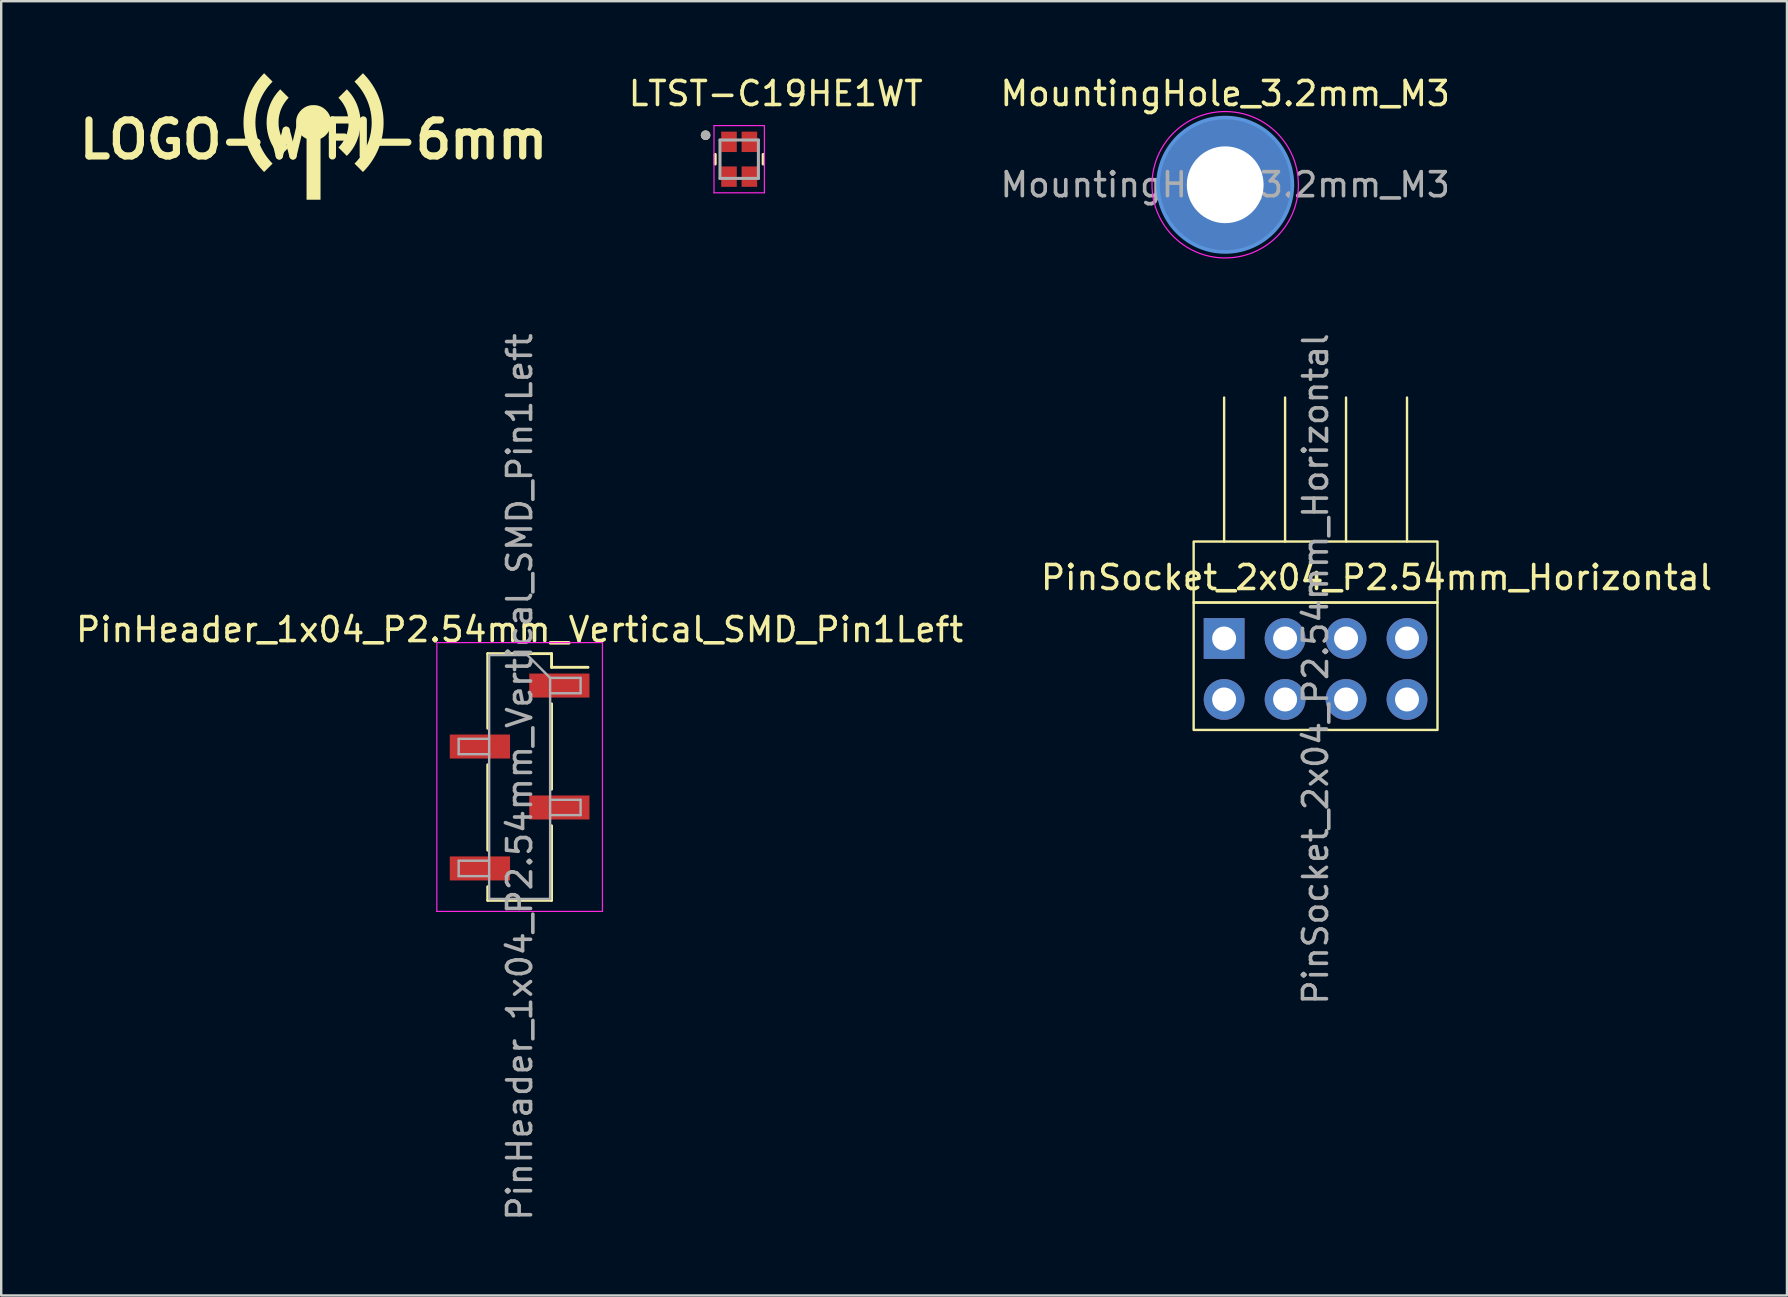
<source format=kicad_pcb>
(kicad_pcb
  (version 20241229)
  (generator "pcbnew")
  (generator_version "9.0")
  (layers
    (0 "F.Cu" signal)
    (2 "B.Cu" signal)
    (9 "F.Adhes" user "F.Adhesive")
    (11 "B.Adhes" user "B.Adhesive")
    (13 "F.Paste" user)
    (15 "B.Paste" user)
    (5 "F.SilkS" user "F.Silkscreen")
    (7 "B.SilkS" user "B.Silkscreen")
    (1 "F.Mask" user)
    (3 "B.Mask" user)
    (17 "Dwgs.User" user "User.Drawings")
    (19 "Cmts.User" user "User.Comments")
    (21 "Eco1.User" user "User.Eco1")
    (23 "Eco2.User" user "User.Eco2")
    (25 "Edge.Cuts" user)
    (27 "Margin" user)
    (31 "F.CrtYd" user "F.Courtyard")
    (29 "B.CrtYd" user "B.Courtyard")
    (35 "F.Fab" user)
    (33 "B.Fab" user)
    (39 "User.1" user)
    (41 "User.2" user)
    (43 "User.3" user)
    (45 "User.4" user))
  (footprint "LTST-C19HE1WT"
    (layer "F.Cu")
    (at 27.749 3.584)
    (property "Reference" "LTST-C19HE1WT" (at 1.524 -2.735 0) (layer "F.SilkS") (effects (font (size 1 1) (thickness 0.15))))
    (attr smd)
    (fp_line (start -1 -0.2) (end -1 0.2) (stroke (width 0.127) (type solid)) (layer "F.SilkS"))
    (fp_line (start 1 -0.2) (end 1 0.2) (stroke (width 0.127) (type solid)) (layer "F.SilkS"))
    (fp_circle (center -1.4 -1) (end -1.3 -1) (stroke (width 0.2) (type solid)) (fill no) (layer "F.SilkS"))
    (fp_line (start -1.05 -1.4) (end 1.05 -1.4) (stroke (width 0.05) (type solid)) (layer "F.CrtYd"))
    (fp_line (start -1.05 1.4) (end -1.05 -1.4) (stroke (width 0.05) (type solid)) (layer "F.CrtYd"))
    (fp_line (start 1.05 -1.4) (end 1.05 1.4) (stroke (width 0.05) (type solid)) (layer "F.CrtYd"))
    (fp_line (start 1.05 1.4) (end -1.05 1.4) (stroke (width 0.05) (type solid)) (layer "F.CrtYd"))
    (fp_line (start -0.8 -0.8) (end -0.8 0.8) (stroke (width 0.127) (type solid)) (layer "F.Fab"))
    (fp_line (start -0.8 -0.8) (end 0.8 -0.8) (stroke (width 0.127) (type solid)) (layer "F.Fab"))
    (fp_line (start 0.8 -0.8) (end 0.8 0.8) (stroke (width 0.127) (type solid)) (layer "F.Fab"))
    (fp_line (start 0.8 0.8) (end -0.8 0.8) (stroke (width 0.127) (type solid)) (layer "F.Fab"))
    (fp_circle (center -1.4 -1) (end -1.3 -1) (stroke (width 0.2) (type solid)) (fill no) (layer "F.Fab"))
    (pad "1" smd rect (at -0.425 -0.725) (size 0.65 0.85) (layers "F.Cu" "F.Mask" "F.Paste"))
    (pad "2" smd rect (at 0.425 -0.725) (size 0.65 0.85) (layers "F.Cu" "F.Mask" "F.Paste"))
    (pad "3" smd rect (at 0.425 0.725) (size 0.65 0.85) (layers "F.Cu" "F.Mask" "F.Paste"))
    (pad "4" smd rect (at -0.425 0.725) (size 0.65 0.85) (layers "F.Cu" "F.Mask" "F.Paste")))
  (footprint "PinHeader_1x04_P2.54mm_Vertical_SMD_Pin1Left"
    (layer "F.Cu")
    (at 18.601 29.324)
    (property "Reference" "PinHeader_1x04_P2.54mm_Vertical_SMD_Pin1Left" (at 0 -6.14 0) (layer "F.SilkS") (effects (font (size 1 1) (thickness 0.15))))
    (attr smd)
    (fp_line (start -1.33 -5.14) (end -1.33 -2.03) (stroke (width 0.12) (type solid)) (layer "F.SilkS"))
    (fp_line (start -1.33 -0.51) (end -1.33 3.05) (stroke (width 0.12) (type solid)) (layer "F.SilkS"))
    (fp_line (start -1.33 4.57) (end -1.33 5.14) (stroke (width 0.12) (type solid)) (layer "F.SilkS"))
    (fp_line (start 1.33 -5.14) (end -1.33 -5.14) (stroke (width 0.12) (type solid)) (layer "F.SilkS"))
    (fp_line (start 1.33 -5.14) (end 1.33 -4.57) (stroke (width 0.12) (type solid)) (layer "F.SilkS"))
    (fp_line (start 1.33 -4.57) (end 2.85 -4.57) (stroke (width 0.12) (type solid)) (layer "F.SilkS"))
    (fp_line (start 1.33 -3.05) (end 1.33 0.51) (stroke (width 0.12) (type solid)) (layer "F.SilkS"))
    (fp_line (start 1.33 2.03) (end 1.33 5.14) (stroke (width 0.12) (type solid)) (layer "F.SilkS"))
    (fp_line (start 1.33 5.14) (end -1.33 5.14) (stroke (width 0.12) (type solid)) (layer "F.SilkS"))
    (fp_line (start -3.45 -5.6) (end 3.45 -5.6) (stroke (width 0.05) (type solid)) (layer "F.CrtYd"))
    (fp_line (start -3.45 5.6) (end -3.45 -5.6) (stroke (width 0.05) (type solid)) (layer "F.CrtYd"))
    (fp_line (start 3.45 -5.6) (end 3.45 5.6) (stroke (width 0.05) (type solid)) (layer "F.CrtYd"))
    (fp_line (start 3.45 5.6) (end -3.45 5.6) (stroke (width 0.05) (type solid)) (layer "F.CrtYd"))
    (fp_line (start -2.54 -1.59) (end -2.54 -0.95) (stroke (width 0.1) (type solid)) (layer "F.Fab"))
    (fp_line (start -2.54 -0.95) (end -1.27 -0.95) (stroke (width 0.1) (type solid)) (layer "F.Fab"))
    (fp_line (start -2.54 3.49) (end -2.54 4.13) (stroke (width 0.1) (type solid)) (layer "F.Fab"))
    (fp_line (start -2.54 4.13) (end -1.27 4.13) (stroke (width 0.1) (type solid)) (layer "F.Fab"))
    (fp_line (start -1.27 -5.08) (end -1.27 5.08) (stroke (width 0.1) (type solid)) (layer "F.Fab"))
    (fp_line (start -1.27 -1.59) (end -2.54 -1.59) (stroke (width 0.1) (type solid)) (layer "F.Fab"))
    (fp_line (start -1.27 3.49) (end -2.54 3.49) (stroke (width 0.1) (type solid)) (layer "F.Fab"))
    (fp_line (start -1.27 5.08) (end 1.27 5.08) (stroke (width 0.1) (type solid)) (layer "F.Fab"))
    (fp_line (start 0.32 -5.08) (end -1.27 -5.08) (stroke (width 0.1) (type solid)) (layer "F.Fab"))
    (fp_line (start 1.27 -4.13) (end 0.32 -5.08) (stroke (width 0.1) (type solid)) (layer "F.Fab"))
    (fp_line (start 1.27 -4.13) (end 2.54 -4.13) (stroke (width 0.1) (type solid)) (layer "F.Fab"))
    (fp_line (start 1.27 0.95) (end 2.54 0.95) (stroke (width 0.1) (type solid)) (layer "F.Fab"))
    (fp_line (start 1.27 5.08) (end 1.27 -4.13) (stroke (width 0.1) (type solid)) (layer "F.Fab"))
    (fp_line (start 2.54 -4.13) (end 2.54 -3.49) (stroke (width 0.1) (type solid)) (layer "F.Fab"))
    (fp_line (start 2.54 -3.49) (end 1.27 -3.49) (stroke (width 0.1) (type solid)) (layer "F.Fab"))
    (fp_line (start 2.54 0.95) (end 2.54 1.59) (stroke (width 0.1) (type solid)) (layer "F.Fab"))
    (fp_line (start 2.54 1.59) (end 1.27 1.59) (stroke (width 0.1) (type solid)) (layer "F.Fab"))
    (fp_text user "${REFERENCE}" (at 0 0 90) (layer "F.Fab") (effects (font (size 1 1) (thickness 0.15))))
    (pad "1" smd rect (at 1.655 -3.81) (size 2.51 1) (layers "F.Cu" "F.Mask" "F.Paste"))
    (pad "2" smd rect (at -1.655 -1.27) (size 2.51 1) (layers "F.Cu" "F.Mask" "F.Paste"))
    (pad "3" smd rect (at 1.655 1.27) (size 2.51 1) (layers "F.Cu" "F.Mask" "F.Paste"))
    (pad "4" smd rect (at -1.655 3.81) (size 2.51 1) (layers "F.Cu" "F.Mask" "F.Paste")))
  (footprint "MountingHole_3.2mm_M3"
    (layer "F.Cu")
    (at 47.999 4.648)
    (property "Reference" "MountingHole_3.2mm_M3" (at 0 -3.8 0) (layer "F.SilkS") (effects (font (size 1 1) (thickness 0.15))))
    (attr exclude_from_pos_files exclude_from_bom)
    (fp_circle (center 0 0) (end 2.8 0) (stroke (width 0.15) (type solid)) (fill no) (layer "Cmts.User"))
    (fp_circle (center 0 0) (end 3.05 0) (stroke (width 0.05) (type solid)) (fill no) (layer "F.CrtYd"))
    (fp_text user "${REFERENCE}" (at 0 0 0) (layer "F.Fab") (effects (font (size 1 1) (thickness 0.15))))
    (pad "1" thru_hole circle (at 0 0) (size 5.6 5.6) (drill 3.2) (layers "*.Cu" "*.Mask")))
  (footprint "PinSocket_2x04_P2.54mm_Horizontal"
    (layer "F.Cu")
    (at 51.764 24.824)
    (property "Reference" "PinSocket_2x04_P2.54mm_Horizontal" (at 2.54 -3.81 0) (layer "F.SilkS") (effects (font (size 1 1) (thickness 0.15))))
    (attr through_hole)
    (fp_line (start -3.81 -11.31) (end -3.81 -5.31) (stroke (width 0.1) (type default)) (layer "F.SilkS"))
    (fp_line (start -1.27 -5.31) (end -1.27 -11.31) (stroke (width 0.1) (type default)) (layer "F.SilkS"))
    (fp_line (start 1.27 -5.31) (end 1.27 -11.31) (stroke (width 0.1) (type default)) (layer "F.SilkS"))
    (fp_line (start 3.81 -5.31) (end 3.81 -11.31) (stroke (width 0.1) (type default)) (layer "F.SilkS"))
    (fp_rect (start -5.08 -5.31) (end 5.08 -2.77) (stroke (width 0.1) (type default)) (fill no) (layer "F.SilkS"))
    (fp_rect (start 5.08 2.54) (end -5.08 -2.77) (stroke (width 0.1) (type default)) (fill no) (layer "F.SilkS"))
    (fp_text user "${REFERENCE}" (at 0 0 90) (layer "F.Fab") (effects (font (size 1 1) (thickness 0.15))))
    (pad "1" thru_hole rect (at -3.81 -1.27) (size 1.7 1.7) (drill 1) (layers "*.Cu" "*.Mask"))
    (pad "2" thru_hole oval (at -3.81 1.27) (size 1.7 1.7) (drill 1) (layers "*.Cu" "*.Mask"))
    (pad "3" thru_hole oval (at -1.27 -1.27) (size 1.7 1.7) (drill 1) (layers "*.Cu" "*.Mask"))
    (pad "4" thru_hole oval (at -1.27 1.27) (size 1.7 1.7) (drill 1) (layers "*.Cu" "*.Mask"))
    (pad "5" thru_hole oval (at 1.27 -1.27) (size 1.7 1.7) (drill 1) (layers "*.Cu" "*.Mask"))
    (pad "6" thru_hole oval (at 1.27 1.27) (size 1.7 1.7) (drill 1) (layers "*.Cu" "*.Mask"))
    (pad "7" thru_hole oval (at 3.81 -1.27) (size 1.7 1.7) (drill 1) (layers "*.Cu" "*.Mask"))
    (pad "8" thru_hole oval (at 3.81 1.27) (size 1.7 1.7) (drill 1) (layers "*.Cu" "*.Mask")))
  (footprint "LOGO-WIFI-6mm"
    (layer "F.Cu")
    (at 10.014 2.769)
    (property "Reference" "LOGO-WIFI-6mm" (at 0 0 0) (layer "F.SilkS") (effects (font (size 1.5 1.5) (thickness 0.3))))
    (attr board_only exclude_from_pos_files exclude_from_bom)
    (fp_poly (pts (xy -1.212 -1.922) (xy -1.036 -1.747) (xy -1.073 -1.708) (xy -1.143 -1.626) (xy -1.207 -1.538) (xy -1.266 -1.445) (xy -1.317 -1.349) (xy -1.36 -1.252) (xy -1.369 -1.228) (xy -1.393 -1.154) (xy -1.414 -1.074) (xy -1.433 -0.991) (xy -1.447 -0.907) (xy -1.452 -0.866) (xy -1.454 -0.841) (xy -1.455 -0.807) (xy -1.456 -0.768) (xy -1.457 -0.725) (xy -1.457 -0.682) (xy -1.456 -0.64) (xy -1.455 -0.603) (xy -1.453 -0.571) (xy -1.452 -0.554) (xy -1.433 -0.429) (xy -1.404 -0.308) (xy -1.367 -0.191) (xy -1.32 -0.079) (xy -1.265 0.027) (xy -1.201 0.129) (xy -1.127 0.225) (xy -1.073 0.287) (xy -1.036 0.326) (xy -1.212 0.502) (xy -1.388 0.677) (xy -1.431 0.632) (xy -1.522 0.527) (xy -1.606 0.417) (xy -1.681 0.301) (xy -1.747 0.181) (xy -1.804 0.055) (xy -1.853 -0.074) (xy -1.892 -0.207) (xy -1.922 -0.342) (xy -1.943 -0.481) (xy -1.954 -0.621) (xy -1.955 -0.763) (xy -1.947 -0.906) (xy -1.943 -0.937) (xy -1.923 -1.076) (xy -1.893 -1.213) (xy -1.853 -1.347) (xy -1.804 -1.477) (xy -1.746 -1.603) (xy -1.679 -1.725) (xy -1.603 -1.841) (xy -1.519 -1.952) (xy -1.43 -2.053) (xy -1.388 -2.098)) (stroke (width 0) (type solid)) (fill yes) (layer "F.SilkS"))
    (fp_poly (pts (xy -1.883 -2.593) (xy -1.707 -2.418) (xy -1.75 -2.373) (xy -1.791 -2.329) (xy -1.835 -2.28) (xy -1.878 -2.228) (xy -1.918 -2.178) (xy -1.938 -2.152) (xy -2.028 -2.023) (xy -2.11 -1.889) (xy -2.182 -1.751) (xy -2.245 -1.61) (xy -2.299 -1.466) (xy -2.343 -1.319) (xy -2.377 -1.17) (xy -2.402 -1.02) (xy -2.417 -0.868) (xy -2.423 -0.716) (xy -2.418 -0.563) (xy -2.404 -0.411) (xy -2.379 -0.259) (xy -2.345 -0.108) (xy -2.3 0.042) (xy -2.3 0.042) (xy -2.246 0.188) (xy -2.182 0.331) (xy -2.109 0.47) (xy -2.028 0.603) (xy -1.939 0.731) (xy -1.842 0.852) (xy -1.75 0.953) (xy -1.707 0.997) (xy -1.883 1.173) (xy -2.059 1.348) (xy -2.111 1.295) (xy -2.226 1.168) (xy -2.333 1.034) (xy -2.431 0.896) (xy -2.522 0.751) (xy -2.604 0.603) (xy -2.677 0.449) (xy -2.74 0.293) (xy -2.795 0.133) (xy -2.839 -0.03) (xy -2.874 -0.195) (xy -2.899 -0.362) (xy -2.901 -0.377) (xy -2.915 -0.551) (xy -2.919 -0.724) (xy -2.913 -0.896) (xy -2.897 -1.067) (xy -2.872 -1.235) (xy -2.836 -1.401) (xy -2.791 -1.564) (xy -2.736 -1.724) (xy -2.672 -1.881) (xy -2.599 -2.034) (xy -2.516 -2.183) (xy -2.425 -2.327) (xy -2.325 -2.466) (xy -2.216 -2.6) (xy -2.111 -2.715) (xy -2.059 -2.769)) (stroke (width 0) (type solid)) (fill yes) (layer "F.SilkS"))
    (fp_poly (pts (xy 2.111 -2.715) (xy 2.226 -2.588) (xy 2.333 -2.455) (xy 2.431 -2.316) (xy 2.522 -2.172) (xy 2.604 -2.023) (xy 2.677 -1.87) (xy 2.74 -1.713) (xy 2.795 -1.553) (xy 2.839 -1.39) (xy 2.874 -1.225) (xy 2.899 -1.059) (xy 2.901 -1.043) (xy 2.915 -0.869) (xy 2.919 -0.695) (xy 2.913 -0.523) (xy 2.897 -0.352) (xy 2.871 -0.183) (xy 2.836 -0.017) (xy 2.79 0.148) (xy 2.734 0.309) (xy 2.669 0.467) (xy 2.595 0.621) (xy 2.51 0.771) (xy 2.447 0.871) (xy 2.398 0.944) (xy 2.345 1.017) (xy 2.289 1.09) (xy 2.232 1.16) (xy 2.176 1.225) (xy 2.122 1.284) (xy 2.088 1.318) (xy 2.058 1.348) (xy 1.883 1.172) (xy 1.708 0.997) (xy 1.756 0.946) (xy 1.779 0.922) (xy 1.805 0.893) (xy 1.831 0.863) (xy 1.854 0.837) (xy 1.952 0.712) (xy 2.041 0.583) (xy 2.12 0.45) (xy 2.191 0.312) (xy 2.253 0.171) (xy 2.305 0.028) (xy 2.348 -0.119) (xy 2.381 -0.267) (xy 2.404 -0.417) (xy 2.419 -0.569) (xy 2.423 -0.721) (xy 2.417 -0.873) (xy 2.402 -1.025) (xy 2.376 -1.177) (xy 2.341 -1.328) (xy 2.3 -1.463) (xy 2.246 -1.609) (xy 2.182 -1.751) (xy 2.109 -1.89) (xy 2.028 -2.023) (xy 1.939 -2.15) (xy 1.843 -2.271) (xy 1.75 -2.373) (xy 1.707 -2.418) (xy 1.883 -2.593) (xy 2.059 -2.769)) (stroke (width 0) (type solid)) (fill yes) (layer "F.SilkS"))
    (fp_poly (pts (xy 1.433 -2.049) (xy 1.523 -1.947) (xy 1.606 -1.837) (xy 1.681 -1.721) (xy 1.747 -1.6) (xy 1.805 -1.474) (xy 1.854 -1.344) (xy 1.893 -1.212) (xy 1.896 -1.199) (xy 1.914 -1.124) (xy 1.928 -1.054) (xy 1.938 -0.984) (xy 1.946 -0.914) (xy 1.951 -0.841) (xy 1.953 -0.761) (xy 1.953 -0.71) (xy 1.953 -0.642) (xy 1.951 -0.582) (xy 1.948 -0.527) (xy 1.943 -0.474) (xy 1.936 -0.422) (xy 1.927 -0.367) (xy 1.923 -0.341) (xy 1.893 -0.208) (xy 1.854 -0.078) (xy 1.806 0.05) (xy 1.75 0.174) (xy 1.685 0.293) (xy 1.613 0.407) (xy 1.533 0.514) (xy 1.447 0.614) (xy 1.43 0.632) (xy 1.387 0.677) (xy 1.212 0.501) (xy 1.036 0.325) (xy 1.072 0.287) (xy 1.14 0.209) (xy 1.204 0.123) (xy 1.261 0.032) (xy 1.312 -0.062) (xy 1.355 -0.157) (xy 1.369 -0.193) (xy 1.393 -0.266) (xy 1.414 -0.347) (xy 1.433 -0.43) (xy 1.447 -0.513) (xy 1.452 -0.554) (xy 1.454 -0.58) (xy 1.455 -0.614) (xy 1.456 -0.653) (xy 1.457 -0.695) (xy 1.457 -0.739) (xy 1.456 -0.78) (xy 1.455 -0.818) (xy 1.453 -0.85) (xy 1.452 -0.866) (xy 1.44 -0.948) (xy 1.424 -1.032) (xy 1.404 -1.114) (xy 1.381 -1.192) (xy 1.369 -1.228) (xy 1.329 -1.325) (xy 1.279 -1.422) (xy 1.223 -1.516) (xy 1.159 -1.605) (xy 1.09 -1.688) (xy 1.073 -1.708) (xy 1.036 -1.747) (xy 1.212 -1.922) (xy 1.388 -2.098)) (stroke (width 0) (type solid)) (fill yes) (layer "F.SilkS"))
    (fp_poly (pts (xy 0.033 -1.438) (xy 0.079 -1.436) (xy 0.119 -1.432) (xy 0.141 -1.429) (xy 0.224 -1.408) (xy 0.303 -1.379) (xy 0.376 -1.34) (xy 0.445 -1.293) (xy 0.507 -1.239) (xy 0.565 -1.177) (xy 0.614 -1.112) (xy 0.654 -1.044) (xy 0.685 -0.972) (xy 0.709 -0.893) (xy 0.714 -0.874) (xy 0.718 -0.853) (xy 0.721 -0.835) (xy 0.723 -0.815) (xy 0.725 -0.793) (xy 0.726 -0.766) (xy 0.726 -0.731) (xy 0.726 -0.713) (xy 0.726 -0.672) (xy 0.725 -0.639) (xy 0.723 -0.613) (xy 0.721 -0.591) (xy 0.718 -0.571) (xy 0.716 -0.563) (xy 0.693 -0.479) (xy 0.66 -0.398) (xy 0.618 -0.322) (xy 0.568 -0.252) (xy 0.511 -0.188) (xy 0.446 -0.131) (xy 0.375 -0.082) (xy 0.34 -0.062) (xy 0.291 -0.036) (xy 0.291 1.234) (xy 0.291 2.503) (xy 0 2.503) (xy -0.291 2.503) (xy -0.291 1.234) (xy -0.291 -0.036) (xy -0.34 -0.062) (xy -0.414 -0.108) (xy -0.482 -0.161) (xy -0.543 -0.222) (xy -0.596 -0.289) (xy -0.642 -0.363) (xy -0.679 -0.441) (xy -0.707 -0.524) (xy -0.716 -0.563) (xy -0.72 -0.582) (xy -0.723 -0.602) (xy -0.724 -0.627) (xy -0.725 -0.656) (xy -0.726 -0.693) (xy -0.726 -0.713) (xy -0.726 -0.751) (xy -0.725 -0.782) (xy -0.724 -0.806) (xy -0.722 -0.826) (xy -0.72 -0.845) (xy -0.716 -0.864) (xy -0.714 -0.874) (xy -0.692 -0.954) (xy -0.662 -1.028) (xy -0.624 -1.096) (xy -0.577 -1.162) (xy -0.521 -1.224) (xy -0.507 -1.239) (xy -0.441 -1.295) (xy -0.372 -1.342) (xy -0.299 -1.38) (xy -0.22 -1.409) (xy -0.141 -1.429) (xy -0.105 -1.434) (xy -0.062 -1.437) (xy -0.015 -1.438)) (stroke (width 0) (type solid)) (fill yes) (layer "F.SilkS")))
  (gr_rect
    (start -3 -3)
    (end 71.405 50.926)
    (stroke (width 0.1) (type default))
    (fill no)
    (layer "Edge.Cuts")))
</source>
